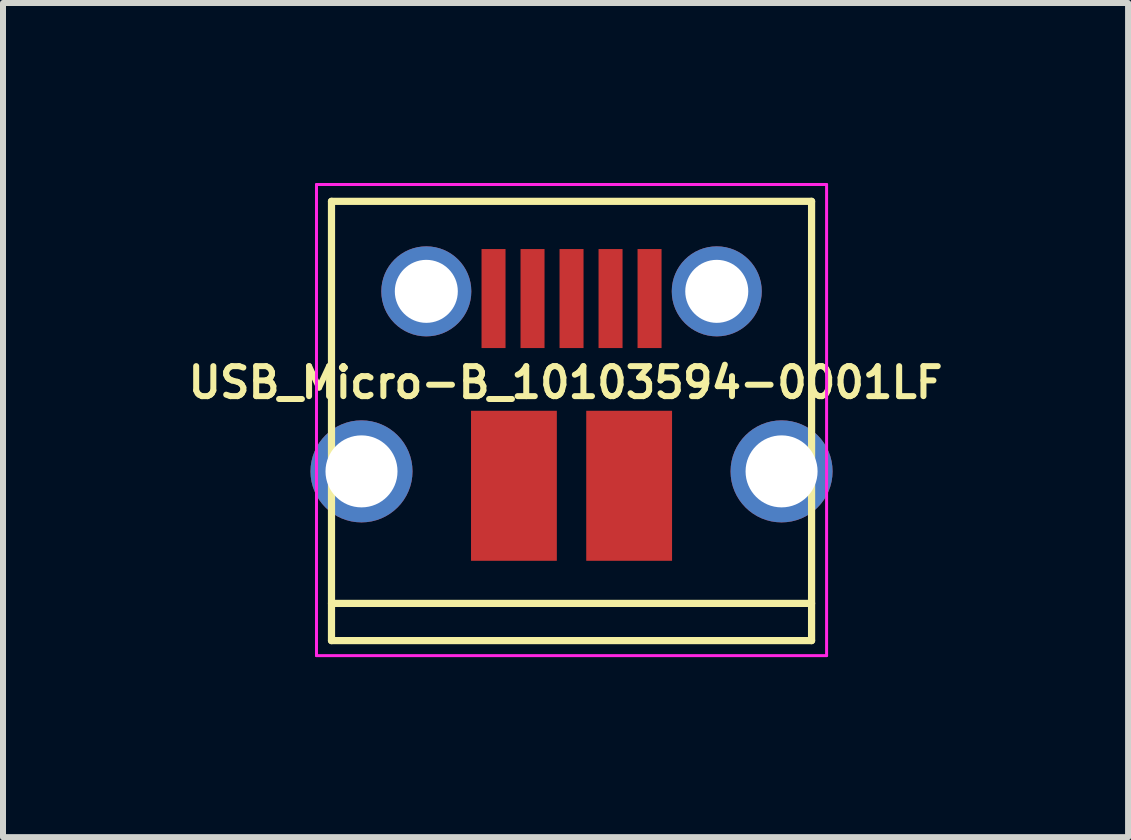
<source format=kicad_pcb>
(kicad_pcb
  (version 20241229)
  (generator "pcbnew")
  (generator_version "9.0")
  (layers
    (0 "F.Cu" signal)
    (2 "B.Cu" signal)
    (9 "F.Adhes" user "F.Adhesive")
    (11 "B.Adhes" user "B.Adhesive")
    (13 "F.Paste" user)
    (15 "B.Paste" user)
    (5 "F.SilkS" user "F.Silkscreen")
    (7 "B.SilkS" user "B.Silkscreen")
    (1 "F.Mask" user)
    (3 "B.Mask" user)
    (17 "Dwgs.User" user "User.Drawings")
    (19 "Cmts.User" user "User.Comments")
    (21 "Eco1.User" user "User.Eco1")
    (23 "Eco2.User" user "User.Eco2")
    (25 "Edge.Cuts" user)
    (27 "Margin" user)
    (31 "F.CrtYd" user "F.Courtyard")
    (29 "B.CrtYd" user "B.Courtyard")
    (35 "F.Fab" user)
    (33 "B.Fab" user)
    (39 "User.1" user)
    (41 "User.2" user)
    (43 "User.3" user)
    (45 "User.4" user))
  (footprint "USB_Micro-B_10103594-0001LF"
    (layer "F.Cu")
    (at 6.474 3.425)
    (property "Reference" "USB_Micro-B_10103594-0001LF" (at -0.1 -0.1 0) (layer "F.SilkS") (effects (font (size 0.5 0.5) (thickness 0.1))))
    (attr smd)
    (fp_line (start -4 -3.12) (end 4 -3.12) (stroke (width 0.12) (type solid)) (layer "F.SilkS"))
    (fp_line (start -4 4.2) (end -4 -3.12) (stroke (width 0.12) (type solid)) (layer "F.SilkS"))
    (fp_line (start -4 4.2) (end 4 4.2) (stroke (width 0.12) (type solid)) (layer "F.SilkS"))
    (fp_line (start 4 -3.12) (end 4 4.2) (stroke (width 0.12) (type solid)) (layer "F.SilkS"))
    (fp_line (start 4 3.58) (end -4 3.58) (stroke (width 0.12) (type solid)) (layer "F.SilkS"))
    (fp_line (start -4.25 -3.4) (end 4.25 -3.4) (stroke (width 0.05) (type solid)) (layer "F.CrtYd"))
    (fp_line (start -4.25 4.45) (end -4.25 -3.4) (stroke (width 0.05) (type solid)) (layer "F.CrtYd"))
    (fp_line (start 4.25 -3.4) (end 4.25 4.45) (stroke (width 0.05) (type solid)) (layer "F.CrtYd"))
    (fp_line (start 4.25 4.45) (end -4.25 4.45) (stroke (width 0.05) (type solid)) (layer "F.CrtYd"))
    (pad "1" smd rect (at -1.3 -1.5 90) (size 1.65 0.4) (layers "F.Cu" "F.Mask" "F.Paste"))
    (pad "2" smd rect (at -0.65 -1.5 90) (size 1.65 0.4) (layers "F.Cu" "F.Mask" "F.Paste"))
    (pad "3" smd rect (at 0 -1.5 90) (size 1.65 0.4) (layers "F.Cu" "F.Mask" "F.Paste"))
    (pad "4" smd rect (at 0.65 -1.5 90) (size 1.65 0.4) (layers "F.Cu" "F.Mask" "F.Paste"))
    (pad "5" smd rect (at 1.3 -1.5 90) (size 1.65 0.4) (layers "F.Cu" "F.Mask" "F.Paste"))
    (pad "6" thru_hole circle (at -3.5 1.38 90) (size 1.7 1.7) (drill 1.2) (layers "*.Cu" "*.Mask"))
    (pad "6" thru_hole circle (at -2.42 -1.62 90) (size 1.5 1.5) (drill 1.05) (layers "*.Cu" "*.Mask"))
    (pad "6" smd rect (at -0.96 1.62 90) (size 2.5 1.43) (layers "F.Cu" "F.Mask" "F.Paste"))
    (pad "6" smd rect (at 0.96 1.62 90) (size 2.5 1.43) (layers "F.Cu" "F.Mask" "F.Paste"))
    (pad "6" thru_hole circle (at 2.42 -1.62 90) (size 1.5 1.5) (drill 1.05) (layers "*.Cu" "*.Mask"))
    (pad "6" thru_hole circle (at 3.5 1.38 90) (size 1.7 1.7) (drill 1.2) (layers "*.Cu" "*.Mask")))
  (gr_rect
    (start -3 -3)
    (end 15.748 10.9)
    (stroke (width 0.1) (type default))
    (fill no)
    (layer "Edge.Cuts")))
</source>
